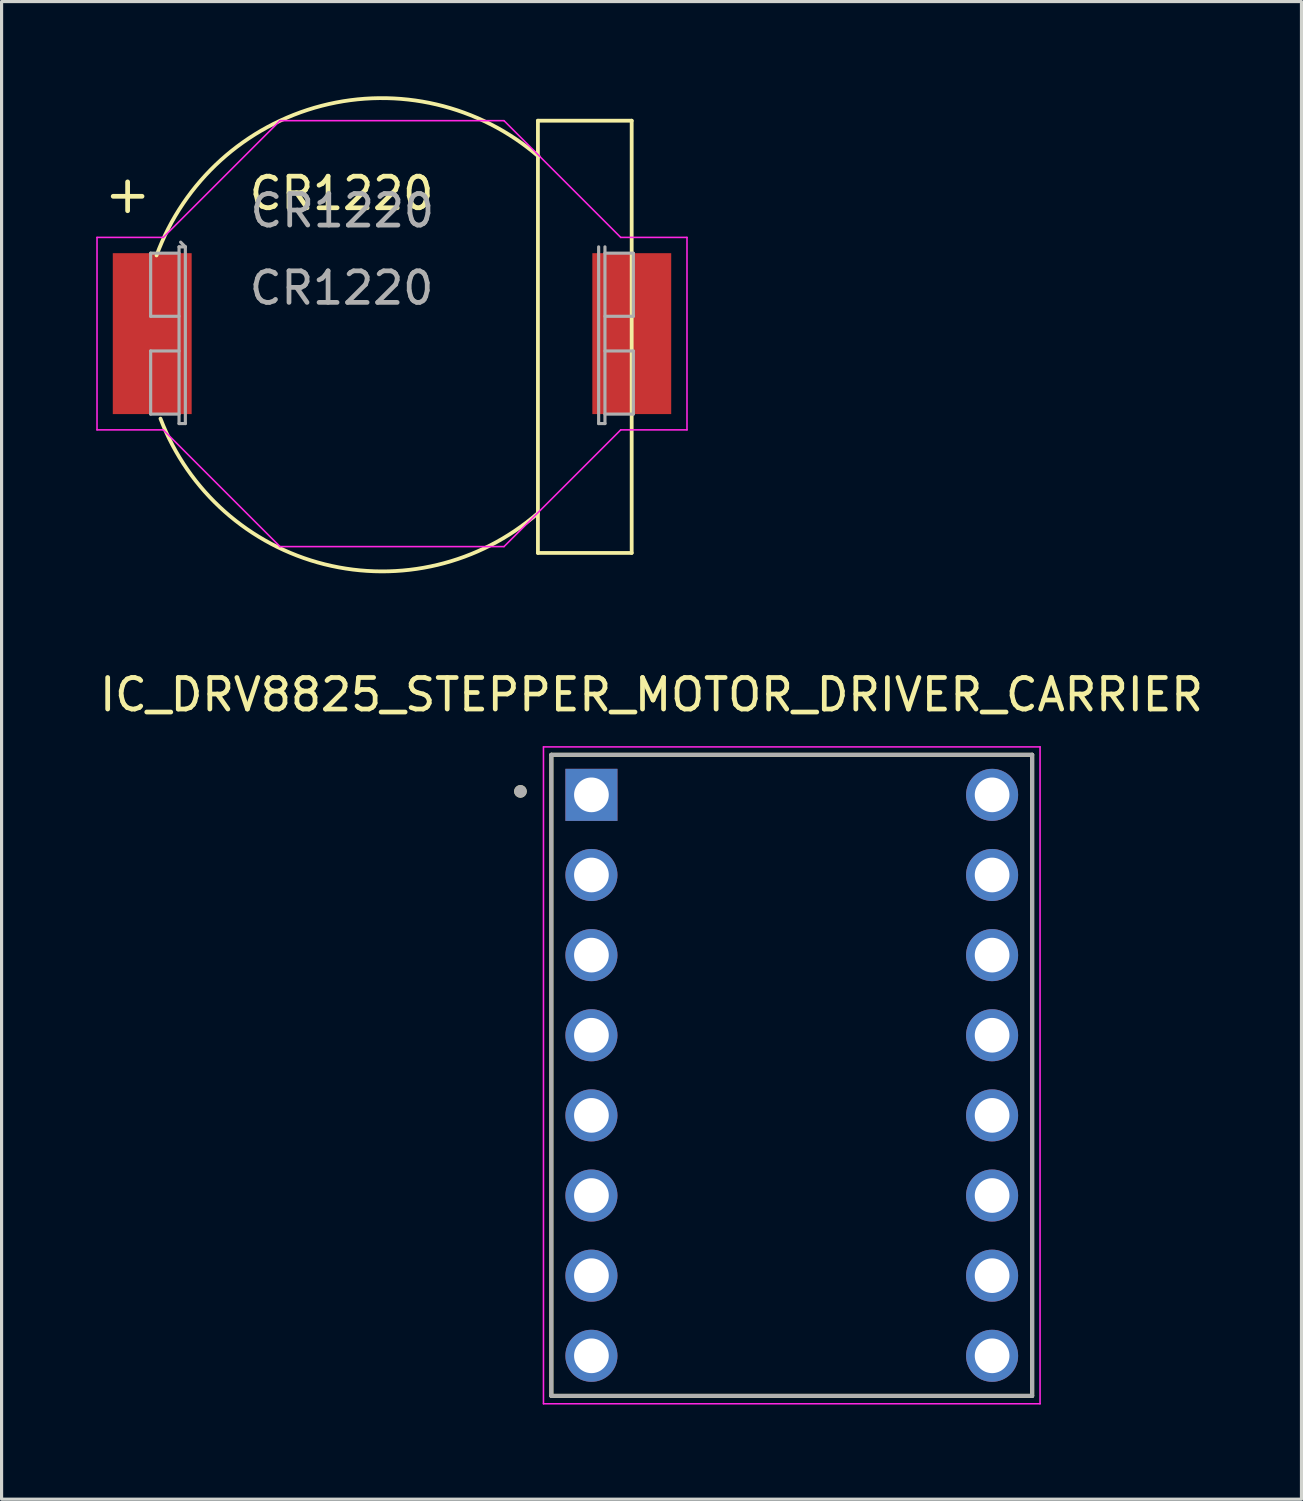
<source format=kicad_pcb>
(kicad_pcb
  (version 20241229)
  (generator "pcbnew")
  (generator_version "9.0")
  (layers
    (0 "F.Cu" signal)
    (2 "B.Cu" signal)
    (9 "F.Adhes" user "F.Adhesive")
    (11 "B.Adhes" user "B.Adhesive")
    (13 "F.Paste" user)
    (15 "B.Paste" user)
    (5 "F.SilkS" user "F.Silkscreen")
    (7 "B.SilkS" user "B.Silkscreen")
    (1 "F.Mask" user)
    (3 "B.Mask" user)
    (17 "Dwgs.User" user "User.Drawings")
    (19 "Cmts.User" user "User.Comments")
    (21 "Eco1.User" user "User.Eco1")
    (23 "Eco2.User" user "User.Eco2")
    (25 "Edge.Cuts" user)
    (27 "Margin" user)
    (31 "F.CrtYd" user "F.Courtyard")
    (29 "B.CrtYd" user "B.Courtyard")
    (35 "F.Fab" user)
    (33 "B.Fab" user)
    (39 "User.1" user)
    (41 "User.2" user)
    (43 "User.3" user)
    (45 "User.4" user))
  (footprint "IC_DRV8825_STEPPER_MOTOR_DRIVER_CARRIER"
    (layer "F.Cu")
    (at 22.046 31.034)
    (property "Reference" "IC_DRV8825_STEPPER_MOTOR_DRIVER_CARRIER" (at -4.445 -12.065 0) (layer "F.SilkS") (effects (font (size 1 1) (thickness 0.15))))
    (attr through_hole)
    (fp_line (start -7.62 -10.16) (end 7.62 -10.16) (stroke (width 0.127) (type solid)) (layer "F.SilkS"))
    (fp_line (start -7.62 10.16) (end -7.62 -10.16) (stroke (width 0.127) (type solid)) (layer "F.SilkS"))
    (fp_line (start 7.62 -10.16) (end 7.62 10.16) (stroke (width 0.127) (type solid)) (layer "F.SilkS"))
    (fp_line (start 7.62 10.16) (end -7.62 10.16) (stroke (width 0.127) (type solid)) (layer "F.SilkS"))
    (fp_circle (center -8.6 -9) (end -8.5 -9) (stroke (width 0.2) (type solid)) (fill no) (layer "F.SilkS"))
    (fp_line (start -7.87 -10.41) (end 7.87 -10.41) (stroke (width 0.05) (type solid)) (layer "F.CrtYd"))
    (fp_line (start -7.87 10.41) (end -7.87 -10.41) (stroke (width 0.05) (type solid)) (layer "F.CrtYd"))
    (fp_line (start 7.87 -10.41) (end 7.87 10.41) (stroke (width 0.05) (type solid)) (layer "F.CrtYd"))
    (fp_line (start 7.87 10.41) (end -7.87 10.41) (stroke (width 0.05) (type solid)) (layer "F.CrtYd"))
    (fp_line (start -7.62 -10.16) (end 7.62 -10.16) (stroke (width 0.127) (type solid)) (layer "F.Fab"))
    (fp_line (start -7.62 10.16) (end -7.62 -10.16) (stroke (width 0.127) (type solid)) (layer "F.Fab"))
    (fp_line (start 7.62 -10.16) (end 7.62 10.16) (stroke (width 0.127) (type solid)) (layer "F.Fab"))
    (fp_line (start 7.62 10.16) (end -7.62 10.16) (stroke (width 0.127) (type solid)) (layer "F.Fab"))
    (fp_circle (center -8.6 -9) (end -8.5 -9) (stroke (width 0.2) (type solid)) (fill no) (layer "F.Fab"))
    (pad "1" thru_hole rect (at -6.35 -8.89) (size 1.65 1.65) (drill 1.1) (layers "*.Cu" "*.Mask"))
    (pad "2" thru_hole circle (at -6.35 -6.35) (size 1.65 1.65) (drill 1.1) (layers "*.Cu" "*.Mask"))
    (pad "3" thru_hole circle (at -6.35 -3.81) (size 1.65 1.65) (drill 1.1) (layers "*.Cu" "*.Mask"))
    (pad "4" thru_hole circle (at -6.35 -1.27) (size 1.65 1.65) (drill 1.1) (layers "*.Cu" "*.Mask"))
    (pad "5" thru_hole circle (at -6.35 1.27) (size 1.65 1.65) (drill 1.1) (layers "*.Cu" "*.Mask"))
    (pad "6" thru_hole circle (at -6.35 3.81) (size 1.65 1.65) (drill 1.1) (layers "*.Cu" "*.Mask"))
    (pad "7" thru_hole circle (at -6.35 6.35) (size 1.65 1.65) (drill 1.1) (layers "*.Cu" "*.Mask"))
    (pad "8" thru_hole circle (at -6.35 8.89) (size 1.65 1.65) (drill 1.1) (layers "*.Cu" "*.Mask"))
    (pad "9" thru_hole circle (at 6.35 8.89) (size 1.65 1.65) (drill 1.1) (layers "*.Cu" "*.Mask"))
    (pad "10" thru_hole circle (at 6.35 6.35) (size 1.65 1.65) (drill 1.1) (layers "*.Cu" "*.Mask"))
    (pad "11" thru_hole circle (at 6.35 3.81) (size 1.65 1.65) (drill 1.1) (layers "*.Cu" "*.Mask"))
    (pad "12" thru_hole circle (at 6.35 1.27) (size 1.65 1.65) (drill 1.1) (layers "*.Cu" "*.Mask"))
    (pad "13" thru_hole circle (at 6.35 -1.27) (size 1.65 1.65) (drill 1.1) (layers "*.Cu" "*.Mask"))
    (pad "14" thru_hole circle (at 6.35 -3.81) (size 1.65 1.65) (drill 1.1) (layers "*.Cu" "*.Mask"))
    (pad "15" thru_hole circle (at 6.35 -6.35) (size 1.65 1.65) (drill 1.1) (layers "*.Cu" "*.Mask"))
    (pad "16" thru_hole circle (at 6.35 -8.89) (size 1.65 1.65) (drill 1.1) (layers "*.Cu" "*.Mask")))
  (footprint "CR1220"
    (layer "F.Cu")
    (at 9.352 7.476)
    (property "Reference" "CR1220" (at -1.575 -4.396 0) (unlocked yes) (layer "F.SilkS") (effects (font (size 1 1) (thickness 0.15))))
    (attr smd)
    (fp_line (start 4.648 -6.7) (end 4.648 7) (stroke (width 0.12) (type solid)) (layer "F.SilkS"))
    (fp_line (start 4.648 -6.7) (end 7.62 -6.7) (stroke (width 0.12) (type solid)) (layer "F.SilkS"))
    (fp_line (start 4.648 7) (end 7.62 7) (stroke (width 0.12) (type solid)) (layer "F.SilkS"))
    (fp_line (start 7.62 -6.7) (end 7.62 7) (stroke (width 0.12) (type solid)) (layer "F.SilkS"))
    (fp_arc (start -7.440562 -2.429759) (mid -2.205182 -7.173557) (end 4.6736 -5.5626) (stroke (width 0.12) (type solid)) (layer "F.SilkS"))
    (fp_arc (start 4.6482 5.7404) (mid -2.118797 7.358592) (end -7.3152 2.7432) (stroke (width 0.12) (type solid)) (layer "F.SilkS"))
    (fp_line (start -9.327 -3.001) (end -7.227 -3.001) (stroke (width 0.05) (type solid)) (layer "F.CrtYd"))
    (fp_line (start -9.327 3.099) (end -9.327 -3.001) (stroke (width 0.05) (type solid)) (layer "F.CrtYd"))
    (fp_line (start -9.327 3.099) (end -7.227 3.099) (stroke (width 0.05) (type solid)) (layer "F.CrtYd"))
    (fp_line (start -7.227 -3.001) (end -3.527 -6.701) (stroke (width 0.05) (type solid)) (layer "F.CrtYd"))
    (fp_line (start -3.527 -6.701) (end 3.573 -6.701) (stroke (width 0.05) (type solid)) (layer "F.CrtYd"))
    (fp_line (start -3.527 6.799) (end -7.227 3.099) (stroke (width 0.05) (type solid)) (layer "F.CrtYd"))
    (fp_line (start -3.527 6.799) (end 3.573 6.799) (stroke (width 0.05) (type solid)) (layer "F.CrtYd"))
    (fp_line (start 3.573 -6.701) (end 7.273 -3.001) (stroke (width 0.05) (type solid)) (layer "F.CrtYd"))
    (fp_line (start 3.573 6.799) (end 7.273 3.099) (stroke (width 0.05) (type solid)) (layer "F.CrtYd"))
    (fp_line (start 7.273 -3.001) (end 9.373 -3.001) (stroke (width 0.05) (type solid)) (layer "F.CrtYd"))
    (fp_line (start 9.373 -3.001) (end 9.373 3.099) (stroke (width 0.05) (type solid)) (layer "F.CrtYd"))
    (fp_line (start 9.373 3.099) (end 7.273 3.099) (stroke (width 0.05) (type solid)) (layer "F.CrtYd"))
    (fp_line (start -7.627 -2.501) (end -7.627 -0.501) (stroke (width 0.1) (type solid)) (layer "F.Fab"))
    (fp_line (start -7.627 -2.501) (end -6.727 -2.501) (stroke (width 0.1) (type solid)) (layer "F.Fab"))
    (fp_line (start -7.627 -0.501) (end -6.727 -0.501) (stroke (width 0.1) (type solid)) (layer "F.Fab"))
    (fp_line (start -7.627 0.599) (end -7.627 2.599) (stroke (width 0.1) (type solid)) (layer "F.Fab"))
    (fp_line (start -7.627 2.599) (end -6.727 2.599) (stroke (width 0.1) (type solid)) (layer "F.Fab"))
    (fp_line (start -6.727 -2.701) (end -6.527 -2.701) (stroke (width 0.1) (type solid)) (layer "F.Fab"))
    (fp_line (start -6.727 0.599) (end -7.627 0.599) (stroke (width 0.1) (type solid)) (layer "F.Fab"))
    (fp_line (start -6.727 2.899) (end -6.727 -2.701) (stroke (width 0.1) (type solid)) (layer "F.Fab"))
    (fp_line (start -6.727 2.899) (end -6.527 2.899) (stroke (width 0.1) (type solid)) (layer "F.Fab"))
    (fp_line (start -6.527 -2.701) (end -6.677 -2.851) (stroke (width 0.1) (type solid)) (layer "F.Fab"))
    (fp_line (start -6.527 2.899) (end -6.527 -2.701) (stroke (width 0.1) (type solid)) (layer "F.Fab"))
    (fp_line (start 6.573 2.899) (end 6.573 -2.701) (stroke (width 0.1) (type solid)) (layer "F.Fab"))
    (fp_line (start 6.773 -0.501) (end 7.673 -0.501) (stroke (width 0.1) (type solid)) (layer "F.Fab"))
    (fp_line (start 6.773 2.599) (end 7.673 2.599) (stroke (width 0.1) (type solid)) (layer "F.Fab"))
    (fp_line (start 6.773 2.899) (end 6.573 2.899) (stroke (width 0.1) (type solid)) (layer "F.Fab"))
    (fp_line (start 6.773 2.899) (end 6.773 -2.701) (stroke (width 0.1) (type solid)) (layer "F.Fab"))
    (fp_line (start 7.673 -2.501) (end 6.773 -2.501) (stroke (width 0.1) (type solid)) (layer "F.Fab"))
    (fp_line (start 7.673 -0.501) (end 7.673 -2.501) (stroke (width 0.1) (type solid)) (layer "F.Fab"))
    (fp_line (start 7.673 0.599) (end 6.773 0.599) (stroke (width 0.1) (type solid)) (layer "F.Fab"))
    (fp_line (start 7.673 2.599) (end 7.673 0.599) (stroke (width 0.1) (type solid)) (layer "F.Fab"))
    (fp_text user "+" (at -8.357 -4.394 0) (unlocked yes) (layer "F.SilkS") (effects (font (size 1.2 1.2) (thickness 0.15))))
    (fp_text user "${REFERENCE}" (at -1.552 -3.847 0) (layer "F.Fab") (effects (font (size 1 1) (thickness 0.15))))
    (fp_text user "${REFERENCE}" (at -1.575 -1.396 0) (unlocked yes) (layer "F.Fab") (effects (font (size 1 1) (thickness 0.15))))
    (pad "1" smd rect (at -7.577 0.049) (size 2.5 5.1) (layers "F.Cu" "F.Mask" "F.Paste"))
    (pad "2" smd rect (at 7.623 0.049) (size 2.5 5.1) (layers "F.Cu" "F.Mask" "F.Paste")))
  (gr_rect
    (start -3 -3)
    (end 38.202 44.469)
    (stroke (width 0.1) (type default))
    (fill no)
    (layer "Edge.Cuts")))
</source>
